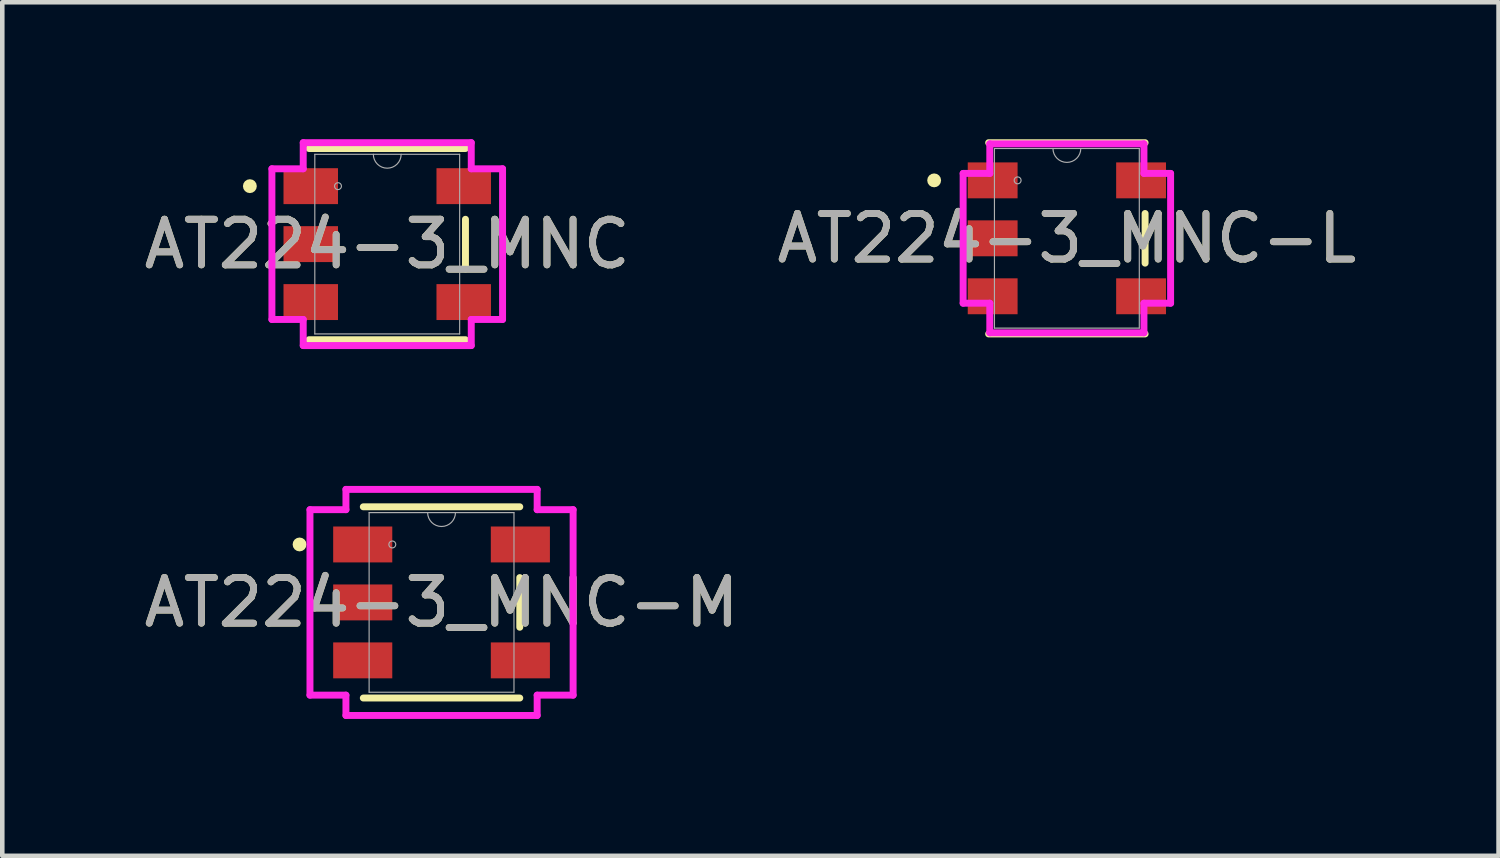
<source format=kicad_pcb>
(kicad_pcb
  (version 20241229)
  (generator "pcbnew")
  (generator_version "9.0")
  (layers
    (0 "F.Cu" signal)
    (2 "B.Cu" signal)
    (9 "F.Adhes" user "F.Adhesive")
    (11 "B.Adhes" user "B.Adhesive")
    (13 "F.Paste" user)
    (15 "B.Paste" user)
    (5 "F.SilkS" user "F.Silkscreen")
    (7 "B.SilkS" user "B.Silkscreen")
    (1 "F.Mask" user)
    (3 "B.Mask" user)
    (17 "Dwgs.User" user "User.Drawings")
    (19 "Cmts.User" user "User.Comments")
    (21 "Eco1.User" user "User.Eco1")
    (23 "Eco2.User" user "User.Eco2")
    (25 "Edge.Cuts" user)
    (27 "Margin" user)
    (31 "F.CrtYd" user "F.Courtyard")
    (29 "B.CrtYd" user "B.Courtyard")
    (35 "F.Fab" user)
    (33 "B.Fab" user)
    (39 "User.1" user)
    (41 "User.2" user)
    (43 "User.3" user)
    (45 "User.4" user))
  (footprint "AT224-3_MNC-M"
    (layer "F.Cu")
    (at 6.625 10.15)
    (property "Reference" "AT224-3_MNC-M" (at 0 0 0) (unlocked yes) (layer "F.SilkS") (effects (font (size 1 1) (thickness 0.15))))
    (attr smd)
    (fp_line (start -1.714 2.095) (end 1.714 2.095) (stroke (width 0.152) (type solid)) (layer "F.SilkS"))
    (fp_line (start 1.714 -2.095) (end -1.714 -2.095) (stroke (width 0.152) (type solid)) (layer "F.SilkS"))
    (fp_line (start 1.714 0.544) (end 1.714 -0.544) (stroke (width 0.152) (type solid)) (layer "F.SilkS"))
    (fp_circle (center -3.111 -1.27) (end -3.035 -1.27) (stroke (width 0.152) (type solid)) (fill no) (layer "F.SilkS"))
    (fp_line (start -2.883 -2.032) (end -2.095 -2.032) (stroke (width 0.152) (type solid)) (layer "F.CrtYd"))
    (fp_line (start -2.883 2.032) (end -2.883 -2.032) (stroke (width 0.152) (type solid)) (layer "F.CrtYd"))
    (fp_line (start -2.095 -2.477) (end 2.095 -2.477) (stroke (width 0.152) (type solid)) (layer "F.CrtYd"))
    (fp_line (start -2.095 -2.032) (end -2.095 -2.477) (stroke (width 0.152) (type solid)) (layer "F.CrtYd"))
    (fp_line (start -2.095 2.032) (end -2.883 2.032) (stroke (width 0.152) (type solid)) (layer "F.CrtYd"))
    (fp_line (start -2.095 2.477) (end -2.095 2.032) (stroke (width 0.152) (type solid)) (layer "F.CrtYd"))
    (fp_line (start 2.095 -2.477) (end 2.095 -2.032) (stroke (width 0.152) (type solid)) (layer "F.CrtYd"))
    (fp_line (start 2.095 -2.032) (end 2.883 -2.032) (stroke (width 0.152) (type solid)) (layer "F.CrtYd"))
    (fp_line (start 2.095 2.032) (end 2.095 2.477) (stroke (width 0.152) (type solid)) (layer "F.CrtYd"))
    (fp_line (start 2.095 2.477) (end -2.095 2.477) (stroke (width 0.152) (type solid)) (layer "F.CrtYd"))
    (fp_line (start 2.883 -2.032) (end 2.883 2.032) (stroke (width 0.152) (type solid)) (layer "F.CrtYd"))
    (fp_line (start 2.883 2.032) (end 2.095 2.032) (stroke (width 0.152) (type solid)) (layer "F.CrtYd"))
    (fp_line (start -1.587 -1.968) (end -1.587 1.968) (stroke (width 0.025) (type solid)) (layer "F.Fab"))
    (fp_line (start -1.587 1.968) (end 1.587 1.968) (stroke (width 0.025) (type solid)) (layer "F.Fab"))
    (fp_line (start 1.587 -1.968) (end -1.587 -1.968) (stroke (width 0.025) (type solid)) (layer "F.Fab"))
    (fp_line (start 1.587 1.968) (end 1.587 -1.968) (stroke (width 0.025) (type solid)) (layer "F.Fab"))
    (fp_arc (start 0.3048 -1.9685) (mid 0 -1.6637) (end -0.3048 -1.9685) (stroke (width 0.0254) (type solid)) (layer "F.Fab"))
    (fp_circle (center -1.079 -1.27) (end -1.003 -1.27) (stroke (width 0.025) (type solid)) (fill no) (layer "F.Fab"))
    (fp_text user "${REFERENCE}" (at 0 0 0) (unlocked yes) (layer "F.Fab") (effects (font (size 1 1) (thickness 0.15))))
    (pad "1" smd rect (at -1.727 -1.27) (size 1.295 0.787) (layers "F.Cu" "F.Mask" "F.Paste"))
    (pad "2" smd rect (at -1.727 0) (size 1.295 0.787) (layers "F.Cu" "F.Mask" "F.Paste"))
    (pad "3" smd rect (at -1.727 1.27) (size 1.295 0.787) (layers "F.Cu" "F.Mask" "F.Paste"))
    (pad "4" smd rect (at 1.727 1.27) (size 1.295 0.787) (layers "F.Cu" "F.Mask" "F.Paste"))
    (pad "5" smd rect (at 1.727 -1.27) (size 1.295 0.787) (layers "F.Cu" "F.Mask" "F.Paste")))
  (footprint "AT224-3_MNC-L"
    (layer "F.Cu")
    (at 20.327 2.172)
    (property "Reference" "AT224-3_MNC-L" (at 0 0 0) (unlocked yes) (layer "F.SilkS") (effects (font (size 1 1) (thickness 0.15))))
    (attr smd)
    (fp_line (start -1.714 2.095) (end 1.714 2.095) (stroke (width 0.152) (type solid)) (layer "F.SilkS"))
    (fp_line (start 1.714 -2.095) (end -1.714 -2.095) (stroke (width 0.152) (type solid)) (layer "F.SilkS"))
    (fp_line (start 1.714 0.544) (end 1.714 -0.544) (stroke (width 0.152) (type solid)) (layer "F.SilkS"))
    (fp_circle (center -2.908 -1.27) (end -2.832 -1.27) (stroke (width 0.152) (type solid)) (fill no) (layer "F.SilkS"))
    (fp_line (start -2.273 -1.422) (end -1.689 -1.422) (stroke (width 0.152) (type solid)) (layer "F.CrtYd"))
    (fp_line (start -2.273 1.422) (end -2.273 -1.422) (stroke (width 0.152) (type solid)) (layer "F.CrtYd"))
    (fp_line (start -1.689 -2.07) (end 1.689 -2.07) (stroke (width 0.152) (type solid)) (layer "F.CrtYd"))
    (fp_line (start -1.689 -1.422) (end -1.689 -2.07) (stroke (width 0.152) (type solid)) (layer "F.CrtYd"))
    (fp_line (start -1.689 1.422) (end -2.273 1.422) (stroke (width 0.152) (type solid)) (layer "F.CrtYd"))
    (fp_line (start -1.689 2.07) (end -1.689 1.422) (stroke (width 0.152) (type solid)) (layer "F.CrtYd"))
    (fp_line (start 1.689 -2.07) (end 1.689 -1.422) (stroke (width 0.152) (type solid)) (layer "F.CrtYd"))
    (fp_line (start 1.689 -1.422) (end 2.273 -1.422) (stroke (width 0.152) (type solid)) (layer "F.CrtYd"))
    (fp_line (start 1.689 1.422) (end 1.689 2.07) (stroke (width 0.152) (type solid)) (layer "F.CrtYd"))
    (fp_line (start 1.689 2.07) (end -1.689 2.07) (stroke (width 0.152) (type solid)) (layer "F.CrtYd"))
    (fp_line (start 2.273 -1.422) (end 2.273 1.422) (stroke (width 0.152) (type solid)) (layer "F.CrtYd"))
    (fp_line (start 2.273 1.422) (end 1.689 1.422) (stroke (width 0.152) (type solid)) (layer "F.CrtYd"))
    (fp_line (start -1.587 -1.968) (end -1.587 1.968) (stroke (width 0.025) (type solid)) (layer "F.Fab"))
    (fp_line (start -1.587 1.968) (end 1.587 1.968) (stroke (width 0.025) (type solid)) (layer "F.Fab"))
    (fp_line (start 1.587 -1.968) (end -1.587 -1.968) (stroke (width 0.025) (type solid)) (layer "F.Fab"))
    (fp_line (start 1.587 1.968) (end 1.587 -1.968) (stroke (width 0.025) (type solid)) (layer "F.Fab"))
    (fp_arc (start 0.3048 -1.9685) (mid 0 -1.6637) (end -0.3048 -1.9685) (stroke (width 0.0254) (type solid)) (layer "F.Fab"))
    (fp_circle (center -1.079 -1.27) (end -1.003 -1.27) (stroke (width 0.025) (type solid)) (fill no) (layer "F.Fab"))
    (fp_text user "${REFERENCE}" (at 0 0 0) (unlocked yes) (layer "F.Fab") (effects (font (size 1 1) (thickness 0.15))))
    (pad "1" smd rect (at -1.626 -1.27) (size 1.092 0.787) (layers "F.Cu" "F.Mask" "F.Paste"))
    (pad "2" smd rect (at -1.626 0) (size 1.092 0.787) (layers "F.Cu" "F.Mask" "F.Paste"))
    (pad "3" smd rect (at -1.626 1.27) (size 1.092 0.787) (layers "F.Cu" "F.Mask" "F.Paste"))
    (pad "4" smd rect (at 1.626 1.27) (size 1.092 0.787) (layers "F.Cu" "F.Mask" "F.Paste"))
    (pad "5" smd rect (at 1.626 -1.27) (size 1.092 0.787) (layers "F.Cu" "F.Mask" "F.Paste")))
  (footprint "AT224-3_MNC"
    (layer "F.Cu")
    (at 5.435 2.299)
    (property "Reference" "AT224-3_MNC" (at 0 0 0) (unlocked yes) (layer "F.SilkS") (effects (font (size 1 1) (thickness 0.15))))
    (attr smd)
    (fp_line (start -1.714 2.095) (end 1.714 2.095) (stroke (width 0.152) (type solid)) (layer "F.SilkS"))
    (fp_line (start 1.714 -2.095) (end -1.714 -2.095) (stroke (width 0.152) (type solid)) (layer "F.SilkS"))
    (fp_line (start 1.714 0.544) (end 1.714 -0.544) (stroke (width 0.152) (type solid)) (layer "F.SilkS"))
    (fp_circle (center -3.01 -1.27) (end -2.934 -1.27) (stroke (width 0.152) (type solid)) (fill no) (layer "F.SilkS"))
    (fp_line (start -2.527 -1.651) (end -1.841 -1.651) (stroke (width 0.152) (type solid)) (layer "F.CrtYd"))
    (fp_line (start -2.527 1.651) (end -2.527 -1.651) (stroke (width 0.152) (type solid)) (layer "F.CrtYd"))
    (fp_line (start -1.841 -2.223) (end 1.841 -2.223) (stroke (width 0.152) (type solid)) (layer "F.CrtYd"))
    (fp_line (start -1.841 -1.651) (end -1.841 -2.223) (stroke (width 0.152) (type solid)) (layer "F.CrtYd"))
    (fp_line (start -1.841 1.651) (end -2.527 1.651) (stroke (width 0.152) (type solid)) (layer "F.CrtYd"))
    (fp_line (start -1.841 2.223) (end -1.841 1.651) (stroke (width 0.152) (type solid)) (layer "F.CrtYd"))
    (fp_line (start 1.841 -2.223) (end 1.841 -1.651) (stroke (width 0.152) (type solid)) (layer "F.CrtYd"))
    (fp_line (start 1.841 -1.651) (end 2.527 -1.651) (stroke (width 0.152) (type solid)) (layer "F.CrtYd"))
    (fp_line (start 1.841 1.651) (end 1.841 2.223) (stroke (width 0.152) (type solid)) (layer "F.CrtYd"))
    (fp_line (start 1.841 2.223) (end -1.841 2.223) (stroke (width 0.152) (type solid)) (layer "F.CrtYd"))
    (fp_line (start 2.527 -1.651) (end 2.527 1.651) (stroke (width 0.152) (type solid)) (layer "F.CrtYd"))
    (fp_line (start 2.527 1.651) (end 1.841 1.651) (stroke (width 0.152) (type solid)) (layer "F.CrtYd"))
    (fp_line (start -1.587 -1.968) (end -1.587 1.968) (stroke (width 0.025) (type solid)) (layer "F.Fab"))
    (fp_line (start -1.587 1.968) (end 1.587 1.968) (stroke (width 0.025) (type solid)) (layer "F.Fab"))
    (fp_line (start 1.587 -1.968) (end -1.587 -1.968) (stroke (width 0.025) (type solid)) (layer "F.Fab"))
    (fp_line (start 1.587 1.968) (end 1.587 -1.968) (stroke (width 0.025) (type solid)) (layer "F.Fab"))
    (fp_arc (start 0.3048 -1.9685) (mid 0 -1.6637) (end -0.3048 -1.9685) (stroke (width 0.0254) (type solid)) (layer "F.Fab"))
    (fp_circle (center -1.079 -1.27) (end -1.003 -1.27) (stroke (width 0.025) (type solid)) (fill no) (layer "F.Fab"))
    (fp_text user "${REFERENCE}" (at 0 0 0) (unlocked yes) (layer "F.Fab") (effects (font (size 1 1) (thickness 0.15))))
    (pad "1" smd rect (at -1.676 -1.27) (size 1.194 0.787) (layers "F.Cu" "F.Mask" "F.Paste"))
    (pad "2" smd rect (at -1.676 0) (size 1.194 0.787) (layers "F.Cu" "F.Mask" "F.Paste"))
    (pad "3" smd rect (at -1.676 1.27) (size 1.194 0.787) (layers "F.Cu" "F.Mask" "F.Paste"))
    (pad "4" smd rect (at 1.676 1.27) (size 1.194 0.787) (layers "F.Cu" "F.Mask" "F.Paste"))
    (pad "5" smd rect (at 1.676 -1.27) (size 1.194 0.787) (layers "F.Cu" "F.Mask" "F.Paste")))
  (gr_rect
    (start -3 -3)
    (end 29.786 15.703)
    (stroke (width 0.1) (type default))
    (fill no)
    (layer "Edge.Cuts")))
</source>
